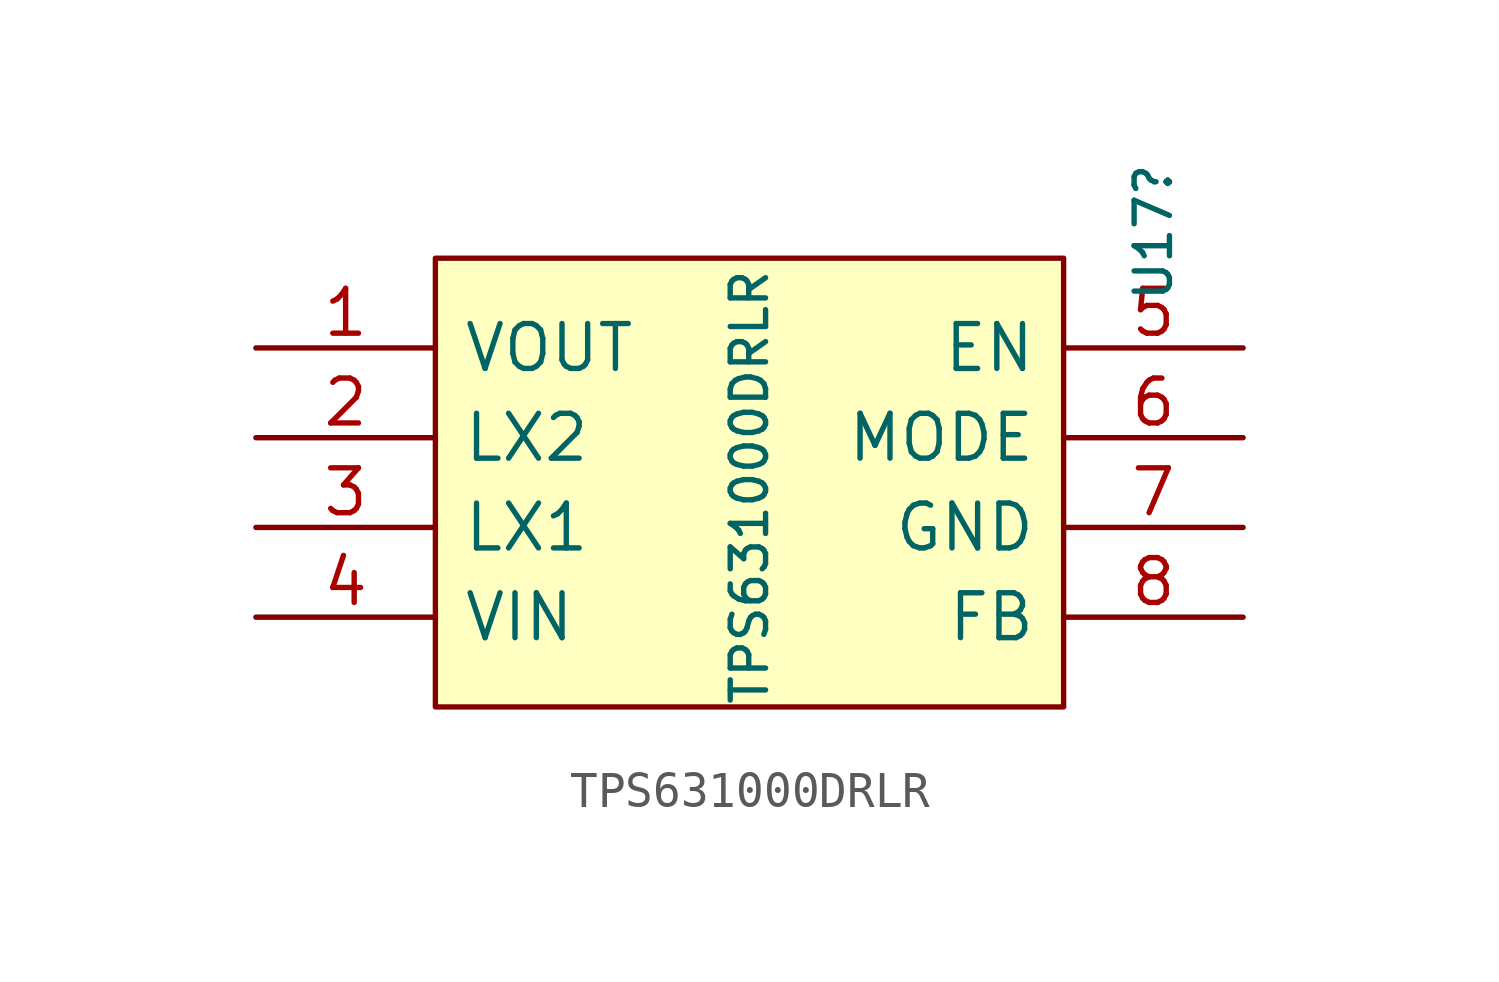
<source format=kicad_sym>
(kicad_symbol_lib
  (version 20241209)
  (generator "kicad_symbol_editor")
  (generator_version "9.0")
  (symbol "TPS631000DRLR"
    (pin_names
      (offset 0.762))
    (property "Reference" "U17"
      (at 25.4 1.27 90)
      (effects (font (size 1 1)) (justify left)))
    (property "Value" "TPS631000DRLR"
      (at 13.97 -10.16 90)
      (effects (font (size 1 1)) (justify left)))
    (symbol "TPS631000DRLR_0_0"
      (pin passive line (at 0 -2.54 0) (length 5.08) (name "LX2" (effects (font (size 1.27 1.27)))) (number "2" (effects (font (size 1.27 1.27)))))
      (pin passive line (at 0 -5.08 0) (length 5.08) (name "LX1" (effects (font (size 1.27 1.27)))) (number "3" (effects (font (size 1.27 1.27)))))
      (pin passive line (at 27.94 0 180) (length 5.08) (name "EN" (effects (font (size 1.27 1.27)))) (number "5" (effects (font (size 1.27 1.27)))))
      (pin passive line (at 27.94 -7.62 180) (length 5.08) (name "FB" (effects (font (size 1.27 1.27)))) (number "8" (effects (font (size 1.27 1.27))))))
    (symbol "TPS631000DRLR_1_0"
      (pin power_out line (at 0 0 0) (length 5.08) (name "VOUT" (effects (font (size 1.27 1.27)))) (number "1" (effects (font (size 1.27 1.27)))))
      (pin power_in line (at 0 -7.62 0) (length 5.08) (name "VIN" (effects (font (size 1.27 1.27)))) (number "4" (effects (font (size 1.27 1.27)))))
      (pin input line (at 27.94 -2.54 180) (length 5.08) (name "MODE" (effects (font (size 1.27 1.27)))) (number "6" (effects (font (size 1.27 1.27)))))
      (pin power_in line (at 27.94 -5.08 180) (length 5.08) (name "GND" (effects (font (size 1.27 1.27)))) (number "7" (effects (font (size 1.27 1.27))))))
    (symbol "TPS631000DRLR_1_1"
      (polyline (pts (xy 5.08 2.54) (xy 22.86 2.54) (xy 22.86 -10.16) (xy 5.08 -10.16) (xy 5.08 2.54)) (stroke (width 0.152) (type solid)) (fill (type background))))))
</source>
